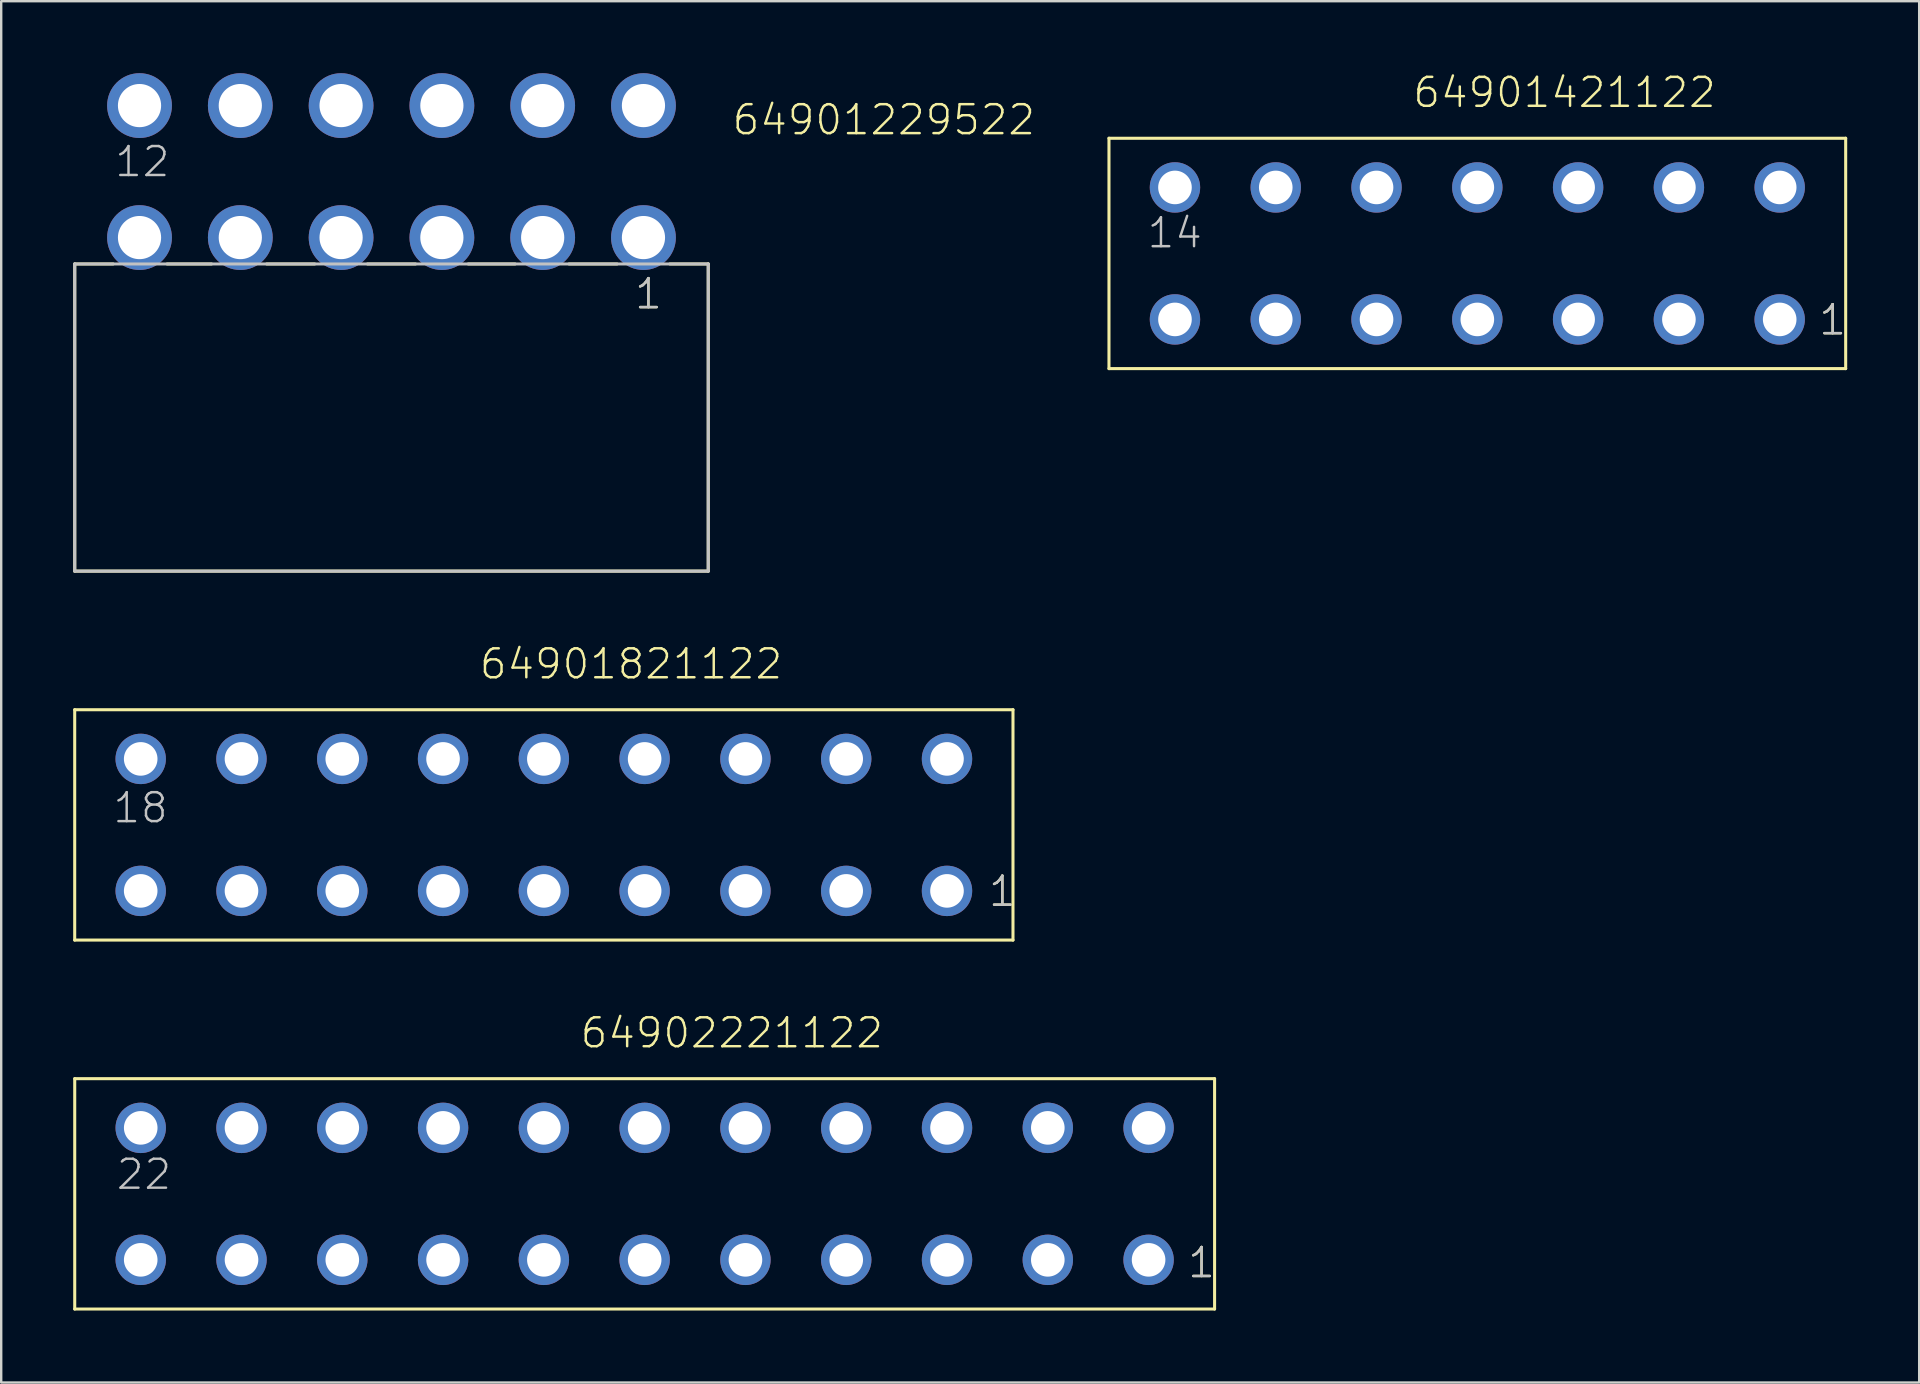
<source format=kicad_pcb>
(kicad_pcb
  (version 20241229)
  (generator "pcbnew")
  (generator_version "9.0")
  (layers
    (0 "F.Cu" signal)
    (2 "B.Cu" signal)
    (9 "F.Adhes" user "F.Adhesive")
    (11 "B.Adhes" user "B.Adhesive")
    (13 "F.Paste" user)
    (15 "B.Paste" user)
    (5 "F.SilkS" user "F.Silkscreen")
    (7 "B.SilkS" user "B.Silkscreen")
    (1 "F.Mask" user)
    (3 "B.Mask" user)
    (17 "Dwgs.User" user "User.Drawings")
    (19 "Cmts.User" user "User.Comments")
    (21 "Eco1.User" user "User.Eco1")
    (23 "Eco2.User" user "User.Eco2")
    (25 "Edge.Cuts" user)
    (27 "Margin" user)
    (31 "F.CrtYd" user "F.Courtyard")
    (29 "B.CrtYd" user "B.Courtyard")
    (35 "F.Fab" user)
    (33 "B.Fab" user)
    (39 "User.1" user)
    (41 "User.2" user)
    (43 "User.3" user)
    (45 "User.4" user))
  (footprint "64901821122"
    (layer "F.Cu")
    (at 19.613 31.325)
    (property "Reference" "64901821122" (at -2.75 -6 0) (layer "F.SilkS") (effects (font (size 1.206 1.206) (thickness 0.102)) (justify left bottom)))
    (attr through_hole)
    (fp_line (start -19.55 -4.8) (end 19.55 -4.8) (stroke (width 0.127) (type solid)) (layer "F.SilkS"))
    (fp_line (start -19.55 4.8) (end -19.55 -4.8) (stroke (width 0.127) (type solid)) (layer "F.SilkS"))
    (fp_line (start 19.55 -4.8) (end 19.55 4.8) (stroke (width 0.127) (type solid)) (layer "F.SilkS"))
    (fp_line (start 19.55 4.8) (end -19.55 4.8) (stroke (width 0.127) (type solid)) (layer "F.SilkS"))
    (fp_text user "1" (at 18.465 3.475 0) (layer "F.SilkS") (effects (font (size 1.206 1.206) (thickness 0.102)) (justify left bottom)))
    (fp_text user "1" (at 18.465 3.475 0) (layer "Dwgs.User") (effects (font (size 1.206 1.206) (thickness 0.102)) (justify left bottom)))
    (fp_text user "18" (at -18.025 -0.005 0) (layer "Dwgs.User") (effects (font (size 1.206 1.206) (thickness 0.102)) (justify left bottom)))
    (pad "1" thru_hole circle (at 16.8 2.75) (size 2.1 2.1) (drill 1.4) (layers "*.Cu" "*.Mask"))
    (pad "2" thru_hole circle (at 12.6 2.75) (size 2.1 2.1) (drill 1.4) (layers "*.Cu" "*.Mask"))
    (pad "3" thru_hole circle (at 8.4 2.75) (size 2.1 2.1) (drill 1.4) (layers "*.Cu" "*.Mask"))
    (pad "4" thru_hole circle (at 4.2 2.75) (size 2.1 2.1) (drill 1.4) (layers "*.Cu" "*.Mask"))
    (pad "5" thru_hole circle (at 0 2.75) (size 2.1 2.1) (drill 1.4) (layers "*.Cu" "*.Mask"))
    (pad "6" thru_hole circle (at -4.2 2.75) (size 2.1 2.1) (drill 1.4) (layers "*.Cu" "*.Mask"))
    (pad "7" thru_hole circle (at -8.4 2.75) (size 2.1 2.1) (drill 1.4) (layers "*.Cu" "*.Mask"))
    (pad "8" thru_hole circle (at -12.6 2.75) (size 2.1 2.1) (drill 1.4) (layers "*.Cu" "*.Mask"))
    (pad "9" thru_hole circle (at -16.8 2.75) (size 2.1 2.1) (drill 1.4) (layers "*.Cu" "*.Mask"))
    (pad "10" thru_hole circle (at 16.8 -2.75) (size 2.1 2.1) (drill 1.4) (layers "*.Cu" "*.Mask"))
    (pad "11" thru_hole circle (at 12.6 -2.75) (size 2.1 2.1) (drill 1.4) (layers "*.Cu" "*.Mask"))
    (pad "12" thru_hole circle (at 8.4 -2.75) (size 2.1 2.1) (drill 1.4) (layers "*.Cu" "*.Mask"))
    (pad "13" thru_hole circle (at 4.2 -2.75) (size 2.1 2.1) (drill 1.4) (layers "*.Cu" "*.Mask"))
    (pad "14" thru_hole circle (at 0 -2.75) (size 2.1 2.1) (drill 1.4) (layers "*.Cu" "*.Mask"))
    (pad "15" thru_hole circle (at -4.2 -2.75) (size 2.1 2.1) (drill 1.4) (layers "*.Cu" "*.Mask"))
    (pad "16" thru_hole circle (at -8.4 -2.75) (size 2.1 2.1) (drill 1.4) (layers "*.Cu" "*.Mask"))
    (pad "17" thru_hole circle (at -12.6 -2.75) (size 2.1 2.1) (drill 1.4) (layers "*.Cu" "*.Mask"))
    (pad "18" thru_hole circle (at -16.8 -2.75) (size 2.1 2.1) (drill 1.4) (layers "*.Cu" "*.Mask")))
  (footprint "64902221122"
    (layer "F.Cu")
    (at 23.814 46.7)
    (property "Reference" "64902221122" (at -2.75 -6 0) (layer "F.SilkS") (effects (font (size 1.206 1.206) (thickness 0.102)) (justify left bottom)))
    (attr through_hole)
    (fp_line (start -23.75 -4.8) (end 23.75 -4.8) (stroke (width 0.127) (type solid)) (layer "F.SilkS"))
    (fp_line (start -23.75 4.8) (end -23.75 -4.8) (stroke (width 0.127) (type solid)) (layer "F.SilkS"))
    (fp_line (start 23.75 -4.8) (end 23.75 4.8) (stroke (width 0.127) (type solid)) (layer "F.SilkS"))
    (fp_line (start 23.75 4.8) (end -23.75 4.8) (stroke (width 0.127) (type solid)) (layer "F.SilkS"))
    (fp_text user "1" (at 22.565 3.575 0) (layer "F.SilkS") (effects (font (size 1.206 1.206) (thickness 0.102)) (justify left bottom)))
    (fp_text user "1" (at 22.565 3.575 0) (layer "Dwgs.User") (effects (font (size 1.206 1.206) (thickness 0.102)) (justify left bottom)))
    (fp_text user "22" (at -22.08 -0.105 0) (layer "Dwgs.User") (effects (font (size 1.206 1.206) (thickness 0.102)) (justify left bottom)))
    (pad "1" thru_hole circle (at 21 2.75) (size 2.1 2.1) (drill 1.4) (layers "*.Cu" "*.Mask"))
    (pad "2" thru_hole circle (at 16.8 2.75) (size 2.1 2.1) (drill 1.4) (layers "*.Cu" "*.Mask"))
    (pad "3" thru_hole circle (at 12.6 2.75) (size 2.1 2.1) (drill 1.4) (layers "*.Cu" "*.Mask"))
    (pad "4" thru_hole circle (at 8.4 2.75) (size 2.1 2.1) (drill 1.4) (layers "*.Cu" "*.Mask"))
    (pad "5" thru_hole circle (at 4.2 2.75) (size 2.1 2.1) (drill 1.4) (layers "*.Cu" "*.Mask"))
    (pad "6" thru_hole circle (at 0 2.75) (size 2.1 2.1) (drill 1.4) (layers "*.Cu" "*.Mask"))
    (pad "7" thru_hole circle (at -4.2 2.75) (size 2.1 2.1) (drill 1.4) (layers "*.Cu" "*.Mask"))
    (pad "8" thru_hole circle (at -8.4 2.75) (size 2.1 2.1) (drill 1.4) (layers "*.Cu" "*.Mask"))
    (pad "9" thru_hole circle (at -12.6 2.75) (size 2.1 2.1) (drill 1.4) (layers "*.Cu" "*.Mask"))
    (pad "10" thru_hole circle (at -16.8 2.75) (size 2.1 2.1) (drill 1.4) (layers "*.Cu" "*.Mask"))
    (pad "11" thru_hole circle (at -21 2.75) (size 2.1 2.1) (drill 1.4) (layers "*.Cu" "*.Mask"))
    (pad "12" thru_hole circle (at 21 -2.75) (size 2.1 2.1) (drill 1.4) (layers "*.Cu" "*.Mask"))
    (pad "13" thru_hole circle (at 16.8 -2.75) (size 2.1 2.1) (drill 1.4) (layers "*.Cu" "*.Mask"))
    (pad "14" thru_hole circle (at 12.6 -2.75) (size 2.1 2.1) (drill 1.4) (layers "*.Cu" "*.Mask"))
    (pad "15" thru_hole circle (at 8.4 -2.75) (size 2.1 2.1) (drill 1.4) (layers "*.Cu" "*.Mask"))
    (pad "16" thru_hole circle (at 4.2 -2.75) (size 2.1 2.1) (drill 1.4) (layers "*.Cu" "*.Mask"))
    (pad "17" thru_hole circle (at 0 -2.75) (size 2.1 2.1) (drill 1.4) (layers "*.Cu" "*.Mask"))
    (pad "18" thru_hole circle (at -4.2 -2.75) (size 2.1 2.1) (drill 1.4) (layers "*.Cu" "*.Mask"))
    (pad "19" thru_hole circle (at -8.4 -2.75) (size 2.1 2.1) (drill 1.4) (layers "*.Cu" "*.Mask"))
    (pad "20" thru_hole circle (at -12.6 -2.75) (size 2.1 2.1) (drill 1.4) (layers "*.Cu" "*.Mask"))
    (pad "21" thru_hole circle (at -16.8 -2.75) (size 2.1 2.1) (drill 1.4) (layers "*.Cu" "*.Mask"))
    (pad "22" thru_hole circle (at -21 -2.75) (size 2.1 2.1) (drill 1.4) (layers "*.Cu" "*.Mask")))
  (footprint "64901229522"
    (layer "F.Cu")
    (at 13.264 4.1)
    (property "Reference" "64901229522" (at 14.133 -1.45 0) (layer "F.SilkS") (effects (font (size 1.206 1.206) (thickness 0.102)) (justify left bottom)))
    (attr through_hole)
    (fp_line (start -13.2 3.85) (end -11.6 3.85) (stroke (width 0.127) (type solid)) (layer "F.SilkS"))
    (fp_line (start -13.2 16.65) (end -13.2 3.85) (stroke (width 0.127) (type solid)) (layer "F.SilkS"))
    (fp_line (start -9.35 3.85) (end -7.5 3.85) (stroke (width 0.127) (type solid)) (layer "F.SilkS"))
    (fp_line (start -5.2 3.85) (end -3.2 3.85) (stroke (width 0.127) (type solid)) (layer "F.SilkS"))
    (fp_line (start -1 3.85) (end 1 3.85) (stroke (width 0.127) (type solid)) (layer "F.SilkS"))
    (fp_line (start 3.2 3.85) (end 5.15 3.85) (stroke (width 0.127) (type solid)) (layer "F.SilkS"))
    (fp_line (start 7.4 3.85) (end 9.4 3.85) (stroke (width 0.127) (type solid)) (layer "F.SilkS"))
    (fp_line (start 11.6 3.85) (end 13.2 3.85) (stroke (width 0.127) (type solid)) (layer "F.SilkS"))
    (fp_line (start 13.2 3.85) (end 13.2 16.65) (stroke (width 0.127) (type solid)) (layer "F.SilkS"))
    (fp_line (start 13.2 16.65) (end -13.2 16.65) (stroke (width 0.127) (type solid)) (layer "F.SilkS"))
    (fp_line (start -13.2 3.85) (end 13.2 3.85) (stroke (width 0.127) (type solid)) (layer "Dwgs.User"))
    (fp_line (start -13.2 16.65) (end -13.2 3.85) (stroke (width 0.127) (type solid)) (layer "Dwgs.User"))
    (fp_line (start 13.2 3.85) (end 13.2 16.65) (stroke (width 0.127) (type solid)) (layer "Dwgs.User"))
    (fp_line (start 13.2 16.65) (end -13.2 16.65) (stroke (width 0.127) (type solid)) (layer "Dwgs.User"))
    (fp_text user "1" (at 10.065 5.8 0) (layer "F.SilkS") (effects (font (size 1.206 1.206) (thickness 0.102)) (justify left bottom)))
    (fp_text user "1" (at 10.065 5.8 0) (layer "Dwgs.User") (effects (font (size 1.206 1.206) (thickness 0.102)) (justify left bottom)))
    (fp_text user "12" (at -11.6 0.295 0) (layer "Dwgs.User") (effects (font (size 1.206 1.206) (thickness 0.102)) (justify left bottom)))
    (pad "1" thru_hole circle (at 10.5 2.75) (size 2.7 2.7) (drill 1.8) (layers "*.Cu" "*.Mask"))
    (pad "2" thru_hole circle (at 6.3 2.75) (size 2.7 2.7) (drill 1.8) (layers "*.Cu" "*.Mask"))
    (pad "3" thru_hole circle (at 2.1 2.75) (size 2.7 2.7) (drill 1.8) (layers "*.Cu" "*.Mask"))
    (pad "4" thru_hole circle (at -2.1 2.75) (size 2.7 2.7) (drill 1.8) (layers "*.Cu" "*.Mask"))
    (pad "5" thru_hole circle (at -6.3 2.75) (size 2.7 2.7) (drill 1.8) (layers "*.Cu" "*.Mask"))
    (pad "6" thru_hole circle (at -10.5 2.75) (size 2.7 2.7) (drill 1.8) (layers "*.Cu" "*.Mask"))
    (pad "7" thru_hole circle (at 10.5 -2.75) (size 2.7 2.7) (drill 1.8) (layers "*.Cu" "*.Mask"))
    (pad "8" thru_hole circle (at 6.3 -2.75) (size 2.7 2.7) (drill 1.8) (layers "*.Cu" "*.Mask"))
    (pad "9" thru_hole circle (at 2.1 -2.75) (size 2.7 2.7) (drill 1.8) (layers "*.Cu" "*.Mask"))
    (pad "10" thru_hole circle (at -2.1 -2.75) (size 2.7 2.7) (drill 1.8) (layers "*.Cu" "*.Mask"))
    (pad "11" thru_hole circle (at -6.3 -2.75) (size 2.7 2.7) (drill 1.8) (layers "*.Cu" "*.Mask"))
    (pad "12" thru_hole circle (at -10.5 -2.75) (size 2.7 2.7) (drill 1.8) (layers "*.Cu" "*.Mask")))
  (footprint "64901421122"
    (layer "F.Cu")
    (at 58.513 7.511)
    (property "Reference" "64901421122" (at -2.75 -6 0) (layer "F.SilkS") (effects (font (size 1.206 1.206) (thickness 0.102)) (justify left bottom)))
    (attr through_hole)
    (fp_line (start -15.35 -4.8) (end 15.35 -4.8) (stroke (width 0.127) (type solid)) (layer "F.SilkS"))
    (fp_line (start -15.35 4.8) (end -15.35 -4.8) (stroke (width 0.127) (type solid)) (layer "F.SilkS"))
    (fp_line (start 15.35 -4.8) (end 15.35 4.8) (stroke (width 0.127) (type solid)) (layer "F.SilkS"))
    (fp_line (start 15.35 4.8) (end -15.35 4.8) (stroke (width 0.127) (type solid)) (layer "F.SilkS"))
    (fp_text user "1" (at 14.165 3.475 0) (layer "F.SilkS") (effects (font (size 1.206 1.206) (thickness 0.102)) (justify left bottom)))
    (fp_text user "1" (at 14.165 3.475 0) (layer "Dwgs.User") (effects (font (size 1.206 1.206) (thickness 0.102)) (justify left bottom)))
    (fp_text user "14" (at -13.825 -0.15 0) (layer "Dwgs.User") (effects (font (size 1.206 1.206) (thickness 0.102)) (justify left bottom)))
    (pad "1" thru_hole circle (at 12.6 2.75) (size 2.1 2.1) (drill 1.4) (layers "*.Cu" "*.Mask"))
    (pad "2" thru_hole circle (at 8.4 2.75) (size 2.1 2.1) (drill 1.4) (layers "*.Cu" "*.Mask"))
    (pad "3" thru_hole circle (at 4.2 2.75) (size 2.1 2.1) (drill 1.4) (layers "*.Cu" "*.Mask"))
    (pad "4" thru_hole circle (at 0 2.75) (size 2.1 2.1) (drill 1.4) (layers "*.Cu" "*.Mask"))
    (pad "5" thru_hole circle (at -4.2 2.75) (size 2.1 2.1) (drill 1.4) (layers "*.Cu" "*.Mask"))
    (pad "6" thru_hole circle (at -8.4 2.75) (size 2.1 2.1) (drill 1.4) (layers "*.Cu" "*.Mask"))
    (pad "7" thru_hole circle (at -12.6 2.75) (size 2.1 2.1) (drill 1.4) (layers "*.Cu" "*.Mask"))
    (pad "8" thru_hole circle (at 12.6 -2.75) (size 2.1 2.1) (drill 1.4) (layers "*.Cu" "*.Mask"))
    (pad "9" thru_hole circle (at 8.4 -2.75) (size 2.1 2.1) (drill 1.4) (layers "*.Cu" "*.Mask"))
    (pad "10" thru_hole circle (at 4.2 -2.75) (size 2.1 2.1) (drill 1.4) (layers "*.Cu" "*.Mask"))
    (pad "11" thru_hole circle (at 0 -2.75) (size 2.1 2.1) (drill 1.4) (layers "*.Cu" "*.Mask"))
    (pad "12" thru_hole circle (at -4.2 -2.75) (size 2.1 2.1) (drill 1.4) (layers "*.Cu" "*.Mask"))
    (pad "13" thru_hole circle (at -8.4 -2.75) (size 2.1 2.1) (drill 1.4) (layers "*.Cu" "*.Mask"))
    (pad "14" thru_hole circle (at -12.6 -2.75) (size 2.1 2.1) (drill 1.4) (layers "*.Cu" "*.Mask")))
  (gr_rect
    (start -3 -3)
    (end 76.926 54.563)
    (stroke (width 0.1) (type default))
    (fill no)
    (layer "Edge.Cuts")))
</source>
